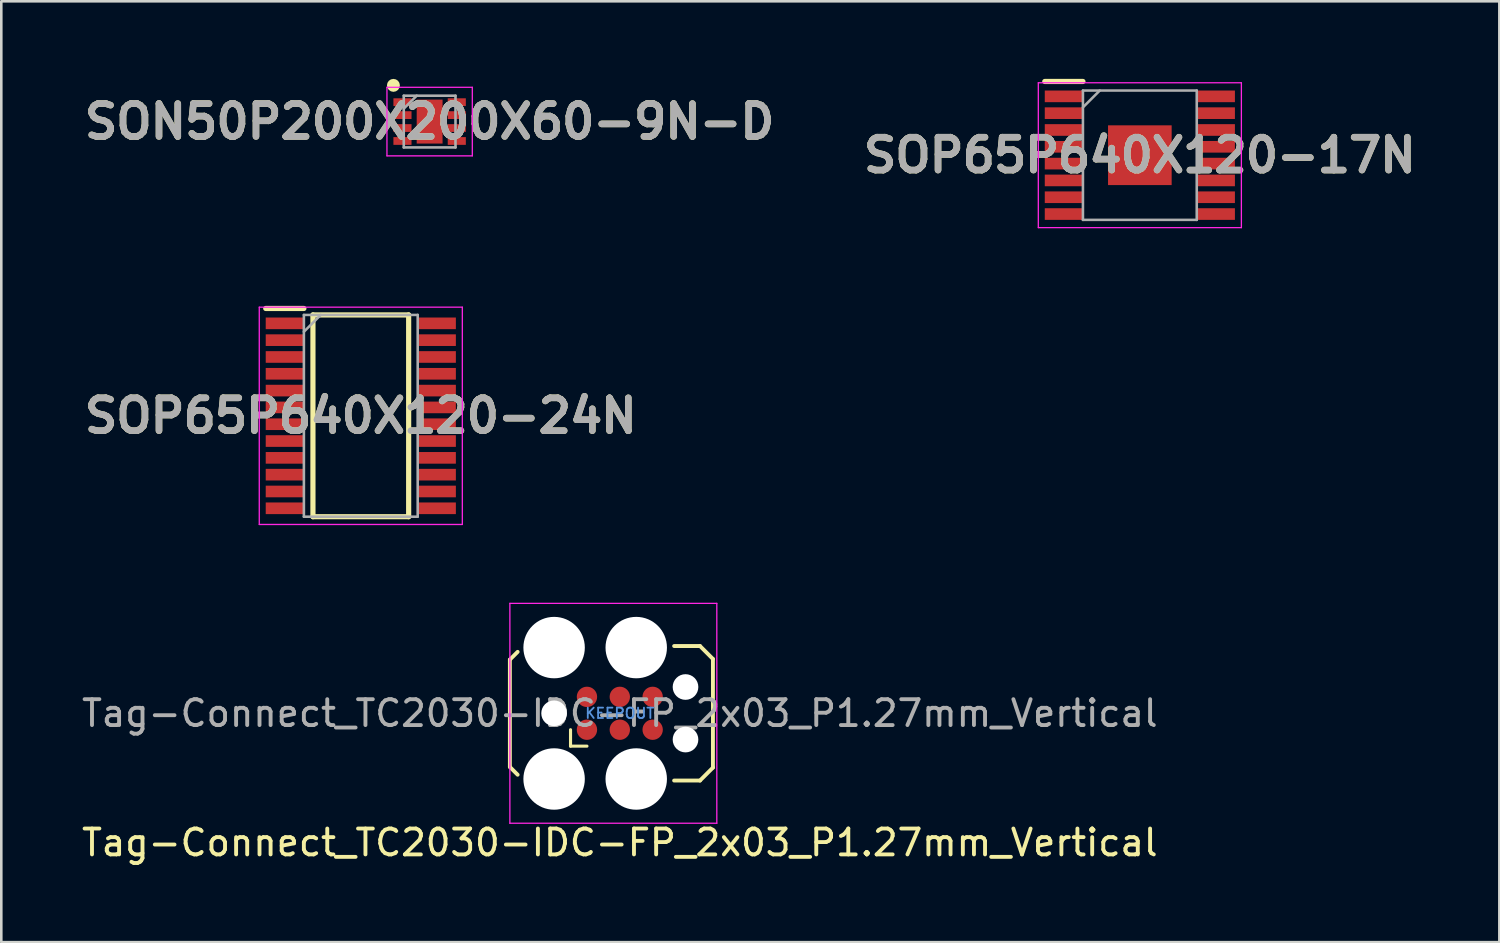
<source format=kicad_pcb>
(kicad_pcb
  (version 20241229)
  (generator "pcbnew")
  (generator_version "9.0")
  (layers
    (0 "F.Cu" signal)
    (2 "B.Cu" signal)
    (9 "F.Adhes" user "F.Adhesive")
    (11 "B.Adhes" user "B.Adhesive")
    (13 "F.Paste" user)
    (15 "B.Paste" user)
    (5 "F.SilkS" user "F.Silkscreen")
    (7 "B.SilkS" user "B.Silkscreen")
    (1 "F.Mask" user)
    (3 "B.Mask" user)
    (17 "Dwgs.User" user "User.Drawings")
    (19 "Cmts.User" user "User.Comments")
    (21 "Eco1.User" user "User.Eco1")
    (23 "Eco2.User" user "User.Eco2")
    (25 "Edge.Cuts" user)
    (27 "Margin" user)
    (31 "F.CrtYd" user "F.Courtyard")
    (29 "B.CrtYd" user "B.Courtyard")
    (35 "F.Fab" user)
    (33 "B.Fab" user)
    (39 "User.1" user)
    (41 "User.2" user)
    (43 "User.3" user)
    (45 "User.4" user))
  (footprint "SON50P200X200X60-9N-D"
    (layer "F.Cu")
    (at 13.559 1.65)
    (property "Reference" "SON50P200X200X60-9N-D" (at 0 0 0) (layer "F.SilkS") (effects (font (size 1.27 1.27) (thickness 0.254))))
    (attr smd)
    (fp_circle (center -1.4 -1.4) (end -1.4 -1.275) (stroke (width 0.25) (type solid)) (fill no) (layer "F.SilkS"))
    (fp_line (start -1.65 -1.325) (end 1.65 -1.325) (stroke (width 0.05) (type solid)) (layer "F.CrtYd"))
    (fp_line (start -1.65 1.325) (end -1.65 -1.325) (stroke (width 0.05) (type solid)) (layer "F.CrtYd"))
    (fp_line (start 1.65 -1.325) (end 1.65 1.325) (stroke (width 0.05) (type solid)) (layer "F.CrtYd"))
    (fp_line (start 1.65 1.325) (end -1.65 1.325) (stroke (width 0.05) (type solid)) (layer "F.CrtYd"))
    (fp_line (start -1 -1) (end 1 -1) (stroke (width 0.1) (type solid)) (layer "F.Fab"))
    (fp_line (start -1 -0.5) (end -0.5 -1) (stroke (width 0.1) (type solid)) (layer "F.Fab"))
    (fp_line (start -1 1) (end -1 -1) (stroke (width 0.1) (type solid)) (layer "F.Fab"))
    (fp_line (start 1 -1) (end 1 1) (stroke (width 0.1) (type solid)) (layer "F.Fab"))
    (fp_line (start 1 1) (end -1 1) (stroke (width 0.1) (type solid)) (layer "F.Fab"))
    (fp_text user "${REFERENCE}" (at 0 0 0) (layer "F.Fab") (effects (font (size 1.27 1.27) (thickness 0.254))))
    (pad "1" smd rect (at -1.05 -0.75 90) (size 0.3 0.7) (layers "F.Cu" "F.Mask" "F.Paste"))
    (pad "2" smd rect (at -1.05 -0.25 90) (size 0.3 0.7) (layers "F.Cu" "F.Mask" "F.Paste"))
    (pad "3" smd rect (at -1.05 0.25 90) (size 0.3 0.7) (layers "F.Cu" "F.Mask" "F.Paste"))
    (pad "4" smd rect (at -1.05 0.75 90) (size 0.3 0.7) (layers "F.Cu" "F.Mask" "F.Paste"))
    (pad "5" smd rect (at 1.05 0.75 90) (size 0.3 0.7) (layers "F.Cu" "F.Mask" "F.Paste"))
    (pad "6" smd rect (at 1.05 0.25 90) (size 0.3 0.7) (layers "F.Cu" "F.Mask" "F.Paste"))
    (pad "7" smd rect (at 1.05 -0.25 90) (size 0.3 0.7) (layers "F.Cu" "F.Mask" "F.Paste"))
    (pad "8" smd rect (at 1.05 -0.75 90) (size 0.3 0.7) (layers "F.Cu" "F.Mask" "F.Paste"))
    (pad "9" smd rect (at 0 0) (size 1 1.7) (layers "F.Cu" "F.Mask" "F.Paste")))
  (footprint "Tag-Connect_TC2030-IDC-FP_2x03_P1.27mm_Vertical"
    (layer "F.Cu")
    (at 20.911 24.525)
    (property "Reference" "Tag-Connect_TC2030-IDC-FP_2x03_P1.27mm_Vertical" (at 0 5 0) (layer "F.SilkS") (effects (font (size 1 1) (thickness 0.15))))
    (attr exclude_from_pos_files exclude_from_bom)
    (fp_line (start -4.25 -2.075) (end -3.95 -2.375) (stroke (width 0.15) (type default)) (layer "F.SilkS"))
    (fp_line (start -4.25 2.075) (end -4.25 -2.075) (stroke (width 0.15) (type default)) (layer "F.SilkS"))
    (fp_line (start -4.25 2.075) (end -3.95 2.375) (stroke (width 0.15) (type default)) (layer "F.SilkS"))
    (fp_line (start -1.905 1.27) (end -1.905 0.635) (stroke (width 0.12) (type solid)) (layer "F.SilkS"))
    (fp_line (start -1.27 1.27) (end -1.905 1.27) (stroke (width 0.12) (type solid)) (layer "F.SilkS"))
    (fp_line (start 3.1 -2.6) (end 2.1 -2.6) (stroke (width 0.15) (type default)) (layer "F.SilkS"))
    (fp_line (start 3.1 -2.6) (end 3.6 -2.1) (stroke (width 0.15) (type default)) (layer "F.SilkS"))
    (fp_line (start 3.1 2.6) (end 2.1 2.6) (stroke (width 0.15) (type default)) (layer "F.SilkS"))
    (fp_line (start 3.1 2.6) (end 3.6 2.1) (stroke (width 0.15) (type default)) (layer "F.SilkS"))
    (fp_line (start 3.6 -2.1) (end 3.6 2.1) (stroke (width 0.15) (type default)) (layer "F.SilkS"))
    (fp_line (start -4.25 -4.25) (end 3.75 -4.25) (stroke (width 0.05) (type solid)) (layer "F.CrtYd"))
    (fp_line (start -4.25 4.25) (end -4.25 -4.25) (stroke (width 0.05) (type solid)) (layer "F.CrtYd"))
    (fp_line (start 3.75 -4.25) (end 3.75 4.25) (stroke (width 0.05) (type solid)) (layer "F.CrtYd"))
    (fp_line (start 3.75 4.25) (end -4.25 4.25) (stroke (width 0.05) (type solid)) (layer "F.CrtYd"))
    (fp_text user "KEEPOUT" (at 0 0 0) (layer "Cmts.User") (effects (font (size 0.4 0.4) (thickness 0.07))))
    (fp_text user "${REFERENCE}" (at 0 0 0) (layer "F.Fab") (effects (font (size 1 1) (thickness 0.15))))
    (pad "" np_thru_hole circle (at -2.54 -2.54) (size 2.375 2.375) (drill 2.375) (layers "*.Cu" "*.Mask"))
    (pad "" np_thru_hole circle (at -2.54 0) (size 0.991 0.991) (drill 0.991) (layers "*.Cu" "*.Mask"))
    (pad "" np_thru_hole circle (at -2.54 2.54) (size 2.375 2.375) (drill 2.375) (layers "*.Cu" "*.Mask"))
    (pad "" np_thru_hole circle (at 0.635 -2.54) (size 2.375 2.375) (drill 2.375) (layers "*.Cu" "*.Mask"))
    (pad "" np_thru_hole circle (at 0.635 2.54) (size 2.375 2.375) (drill 2.375) (layers "*.Cu" "*.Mask"))
    (pad "" np_thru_hole circle (at 2.54 -1.016) (size 0.991 0.991) (drill 0.991) (layers "*.Cu" "*.Mask"))
    (pad "" np_thru_hole circle (at 2.54 1.016) (size 0.991 0.991) (drill 0.991) (layers "*.Cu" "*.Mask"))
    (pad "1" connect circle (at -1.27 0.635) (size 0.787 0.787) (layers "F.Cu" "F.Mask"))
    (pad "2" connect circle (at -1.27 -0.635) (size 0.787 0.787) (layers "F.Cu" "F.Mask"))
    (pad "3" connect circle (at 0 0.635) (size 0.787 0.787) (layers "F.Cu" "F.Mask"))
    (pad "4" connect circle (at 0 -0.635) (size 0.787 0.787) (layers "F.Cu" "F.Mask"))
    (pad "5" connect circle (at 1.27 0.635) (size 0.787 0.787) (layers "F.Cu" "F.Mask"))
    (pad "6" connect circle (at 1.27 -0.635) (size 0.787 0.787) (layers "F.Cu" "F.Mask"))
    (zone (net_name "") (layer "F.Cu") (hatch full 0.508) (connect_pads) (min_thickness 0.254) (filled_areas_thickness no) (keepout (tracks allowed) (vias not_allowed) (pads allowed) (copperpour not_allowed) (footprints not_allowed)) (placement (enabled no)) (fill) (polygon (pts (xy 22.181 23.89) (xy 19.641 23.89) (xy 19.641 25.16) (xy 22.181 25.16)))))
  (footprint "SOP65P640X120-17N"
    (layer "F.Cu")
    (at 41.015 2.95)
    (property "Reference" "SOP65P640X120-17N" (at 0 0 0) (layer "F.SilkS") (effects (font (size 1.27 1.27) (thickness 0.254))))
    (attr smd)
    (fp_line (start -3.675 -2.85) (end -2.2 -2.85) (stroke (width 0.2) (type solid)) (layer "F.SilkS"))
    (fp_line (start -3.925 -2.8) (end 3.925 -2.8) (stroke (width 0.05) (type solid)) (layer "F.CrtYd"))
    (fp_line (start -3.925 2.8) (end -3.925 -2.8) (stroke (width 0.05) (type solid)) (layer "F.CrtYd"))
    (fp_line (start 3.925 -2.8) (end 3.925 2.8) (stroke (width 0.05) (type solid)) (layer "F.CrtYd"))
    (fp_line (start 3.925 2.8) (end -3.925 2.8) (stroke (width 0.05) (type solid)) (layer "F.CrtYd"))
    (fp_line (start -2.2 -2.5) (end 2.2 -2.5) (stroke (width 0.1) (type solid)) (layer "F.Fab"))
    (fp_line (start -2.2 -1.85) (end -1.55 -2.5) (stroke (width 0.1) (type solid)) (layer "F.Fab"))
    (fp_line (start -2.2 2.5) (end -2.2 -2.5) (stroke (width 0.1) (type solid)) (layer "F.Fab"))
    (fp_line (start 2.2 -2.5) (end 2.2 2.5) (stroke (width 0.1) (type solid)) (layer "F.Fab"))
    (fp_line (start 2.2 2.5) (end -2.2 2.5) (stroke (width 0.1) (type solid)) (layer "F.Fab"))
    (fp_text user "${REFERENCE}" (at 0 0 0) (layer "F.Fab") (effects (font (size 1.27 1.27) (thickness 0.254))))
    (pad "1" smd rect (at -2.938 -2.275 90) (size 0.45 1.475) (layers "F.Cu" "F.Mask" "F.Paste"))
    (pad "2" smd rect (at -2.938 -1.625 90) (size 0.45 1.475) (layers "F.Cu" "F.Mask" "F.Paste"))
    (pad "3" smd rect (at -2.938 -0.975 90) (size 0.45 1.475) (layers "F.Cu" "F.Mask" "F.Paste"))
    (pad "4" smd rect (at -2.938 -0.325 90) (size 0.45 1.475) (layers "F.Cu" "F.Mask" "F.Paste"))
    (pad "5" smd rect (at -2.938 0.325 90) (size 0.45 1.475) (layers "F.Cu" "F.Mask" "F.Paste"))
    (pad "6" smd rect (at -2.938 0.975 90) (size 0.45 1.475) (layers "F.Cu" "F.Mask" "F.Paste"))
    (pad "7" smd rect (at -2.938 1.625 90) (size 0.45 1.475) (layers "F.Cu" "F.Mask" "F.Paste"))
    (pad "8" smd rect (at -2.938 2.275 90) (size 0.45 1.475) (layers "F.Cu" "F.Mask" "F.Paste"))
    (pad "9" smd rect (at 2.938 2.275 90) (size 0.45 1.475) (layers "F.Cu" "F.Mask" "F.Paste"))
    (pad "10" smd rect (at 2.938 1.625 90) (size 0.45 1.475) (layers "F.Cu" "F.Mask" "F.Paste"))
    (pad "11" smd rect (at 2.938 0.975 90) (size 0.45 1.475) (layers "F.Cu" "F.Mask" "F.Paste"))
    (pad "12" smd rect (at 2.938 0.325 90) (size 0.45 1.475) (layers "F.Cu" "F.Mask" "F.Paste"))
    (pad "13" smd rect (at 2.938 -0.325 90) (size 0.45 1.475) (layers "F.Cu" "F.Mask" "F.Paste"))
    (pad "14" smd rect (at 2.938 -0.975 90) (size 0.45 1.475) (layers "F.Cu" "F.Mask" "F.Paste"))
    (pad "15" smd rect (at 2.938 -1.625 90) (size 0.45 1.475) (layers "F.Cu" "F.Mask" "F.Paste"))
    (pad "16" smd rect (at 2.938 -2.275 90) (size 0.45 1.475) (layers "F.Cu" "F.Mask" "F.Paste"))
    (pad "17" smd rect (at 0 0 90) (size 2.31 2.46) (layers "F.Cu" "F.Mask" "F.Paste")))
  (footprint "SOP65P640X120-24N"
    (layer "F.Cu")
    (at 10.898 13.025)
    (property "Reference" "SOP65P640X120-24N" (at 0 0 0) (layer "F.SilkS") (effects (font (size 1.27 1.27) (thickness 0.254))))
    (attr smd)
    (fp_line (start -3.675 -4.15) (end -2.2 -4.15) (stroke (width 0.2) (type solid)) (layer "F.SilkS"))
    (fp_line (start -1.85 -3.9) (end 1.85 -3.9) (stroke (width 0.2) (type solid)) (layer "F.SilkS"))
    (fp_line (start -1.85 3.9) (end -1.85 -3.9) (stroke (width 0.2) (type solid)) (layer "F.SilkS"))
    (fp_line (start 1.85 -3.9) (end 1.85 3.9) (stroke (width 0.2) (type solid)) (layer "F.SilkS"))
    (fp_line (start 1.85 3.9) (end -1.85 3.9) (stroke (width 0.2) (type solid)) (layer "F.SilkS"))
    (fp_line (start -3.925 -4.2) (end 3.925 -4.2) (stroke (width 0.05) (type solid)) (layer "F.CrtYd"))
    (fp_line (start -3.925 4.2) (end -3.925 -4.2) (stroke (width 0.05) (type solid)) (layer "F.CrtYd"))
    (fp_line (start 3.925 -4.2) (end 3.925 4.2) (stroke (width 0.05) (type solid)) (layer "F.CrtYd"))
    (fp_line (start 3.925 4.2) (end -3.925 4.2) (stroke (width 0.05) (type solid)) (layer "F.CrtYd"))
    (fp_line (start -2.2 -3.9) (end 2.2 -3.9) (stroke (width 0.1) (type solid)) (layer "F.Fab"))
    (fp_line (start -2.2 -3.25) (end -1.55 -3.9) (stroke (width 0.1) (type solid)) (layer "F.Fab"))
    (fp_line (start -2.2 3.9) (end -2.2 -3.9) (stroke (width 0.1) (type solid)) (layer "F.Fab"))
    (fp_line (start 2.2 -3.9) (end 2.2 3.9) (stroke (width 0.1) (type solid)) (layer "F.Fab"))
    (fp_line (start 2.2 3.9) (end -2.2 3.9) (stroke (width 0.1) (type solid)) (layer "F.Fab"))
    (fp_text user "${REFERENCE}" (at 0 0 0) (layer "F.Fab") (effects (font (size 1.27 1.27) (thickness 0.254))))
    (pad "1" smd rect (at -2.938 -3.575 90) (size 0.45 1.475) (layers "F.Cu" "F.Mask" "F.Paste"))
    (pad "2" smd rect (at -2.938 -2.925 90) (size 0.45 1.475) (layers "F.Cu" "F.Mask" "F.Paste"))
    (pad "3" smd rect (at -2.938 -2.275 90) (size 0.45 1.475) (layers "F.Cu" "F.Mask" "F.Paste"))
    (pad "4" smd rect (at -2.938 -1.625 90) (size 0.45 1.475) (layers "F.Cu" "F.Mask" "F.Paste"))
    (pad "5" smd rect (at -2.938 -0.975 90) (size 0.45 1.475) (layers "F.Cu" "F.Mask" "F.Paste"))
    (pad "6" smd rect (at -2.938 -0.325 90) (size 0.45 1.475) (layers "F.Cu" "F.Mask" "F.Paste"))
    (pad "7" smd rect (at -2.938 0.325 90) (size 0.45 1.475) (layers "F.Cu" "F.Mask" "F.Paste"))
    (pad "8" smd rect (at -2.938 0.975 90) (size 0.45 1.475) (layers "F.Cu" "F.Mask" "F.Paste"))
    (pad "9" smd rect (at -2.938 1.625 90) (size 0.45 1.475) (layers "F.Cu" "F.Mask" "F.Paste"))
    (pad "10" smd rect (at -2.938 2.275 90) (size 0.45 1.475) (layers "F.Cu" "F.Mask" "F.Paste"))
    (pad "11" smd rect (at -2.938 2.925 90) (size 0.45 1.475) (layers "F.Cu" "F.Mask" "F.Paste"))
    (pad "12" smd rect (at -2.938 3.575 90) (size 0.45 1.475) (layers "F.Cu" "F.Mask" "F.Paste"))
    (pad "13" smd rect (at 2.938 3.575 90) (size 0.45 1.475) (layers "F.Cu" "F.Mask" "F.Paste"))
    (pad "14" smd rect (at 2.938 2.925 90) (size 0.45 1.475) (layers "F.Cu" "F.Mask" "F.Paste"))
    (pad "15" smd rect (at 2.938 2.275 90) (size 0.45 1.475) (layers "F.Cu" "F.Mask" "F.Paste"))
    (pad "16" smd rect (at 2.938 1.625 90) (size 0.45 1.475) (layers "F.Cu" "F.Mask" "F.Paste"))
    (pad "17" smd rect (at 2.938 0.975 90) (size 0.45 1.475) (layers "F.Cu" "F.Mask" "F.Paste"))
    (pad "18" smd rect (at 2.938 0.325 90) (size 0.45 1.475) (layers "F.Cu" "F.Mask" "F.Paste"))
    (pad "19" smd rect (at 2.938 -0.325 90) (size 0.45 1.475) (layers "F.Cu" "F.Mask" "F.Paste"))
    (pad "20" smd rect (at 2.938 -0.975 90) (size 0.45 1.475) (layers "F.Cu" "F.Mask" "F.Paste"))
    (pad "21" smd rect (at 2.938 -1.625 90) (size 0.45 1.475) (layers "F.Cu" "F.Mask" "F.Paste"))
    (pad "22" smd rect (at 2.938 -2.275 90) (size 0.45 1.475) (layers "F.Cu" "F.Mask" "F.Paste"))
    (pad "23" smd rect (at 2.938 -2.925 90) (size 0.45 1.475) (layers "F.Cu" "F.Mask" "F.Paste"))
    (pad "24" smd rect (at 2.938 -3.575 90) (size 0.45 1.475) (layers "F.Cu" "F.Mask" "F.Paste")))
  (gr_rect
    (start -3 -3)
    (end 54.913 33.373)
    (stroke (width 0.1) (type default))
    (fill no)
    (layer "Edge.Cuts")))
</source>
